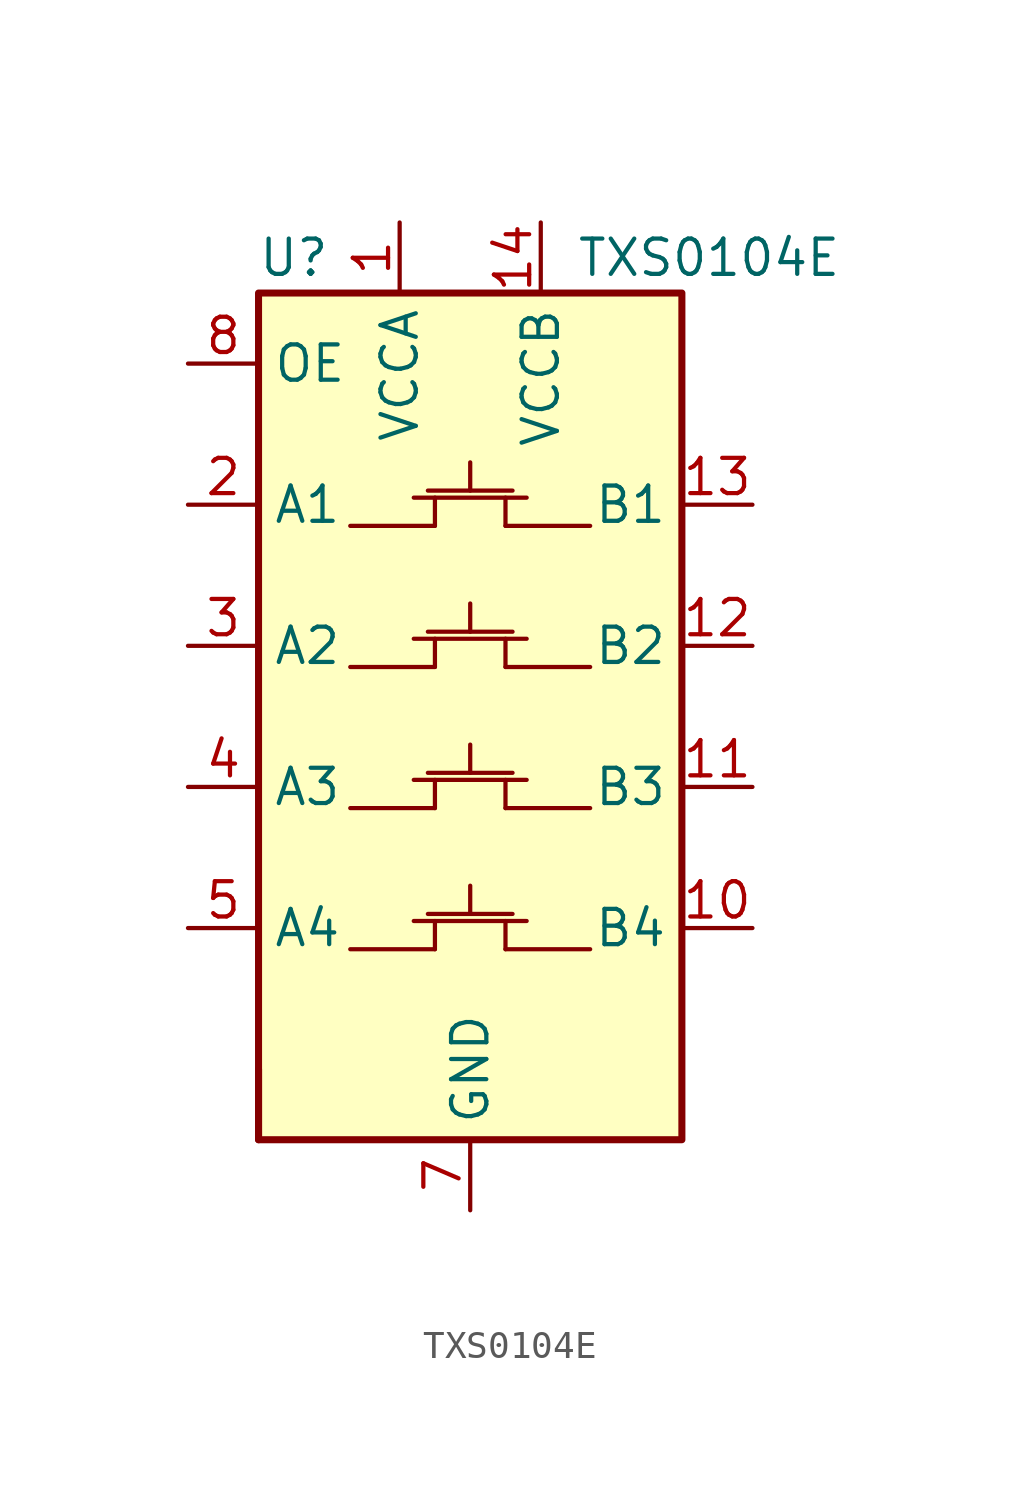
<source format=kicad_sym>
(kicad_symbol_lib
  (version 20211014)
  (generator kicad_symbol_editor)
  (symbol "TXS0104E"
    (property "Reference" "U"
      (at -6.35 16.51 0)
      (effects (font (size 1.27 1.27))))
    (property "Value" "TXS0104E"
      (at 3.81 16.51 0)
      (effects (font (size 1.27 1.27)) (justify left)))
    (symbol "TXS0104E_0_1"
      (rectangle (start -7.62 -15.24) (end -7.62 -12.7) (stroke (width 0.254) (type default) (color 0 0 0 0)) (fill (type none)))
      (rectangle (start -7.62 15.24) (end 7.62 -15.24) (stroke (width 0.254) (type default) (color 0 0 0 0)) (fill (type background))))
    (symbol "TXS0104E_1_1"
      (polyline (pts (xy -4.318 -8.382) (xy -1.27 -8.382)) (stroke (width 0) (type default) (color 0 0 0 0)) (fill (type none)))
      (polyline (pts (xy -4.318 -3.302) (xy -1.27 -3.302)) (stroke (width 0) (type default) (color 0 0 0 0)) (fill (type none)))
      (polyline (pts (xy -4.318 1.778) (xy -1.27 1.778)) (stroke (width 0) (type default) (color 0 0 0 0)) (fill (type none)))
      (polyline (pts (xy -4.318 6.858) (xy -1.27 6.858)) (stroke (width 0) (type default) (color 0 0 0 0)) (fill (type none)))
      (polyline (pts (xy -2.032 -7.366) (xy 2.032 -7.366)) (stroke (width 0) (type default) (color 0 0 0 0)) (fill (type none)))
      (polyline (pts (xy -2.032 -2.286) (xy 2.032 -2.286)) (stroke (width 0) (type default) (color 0 0 0 0)) (fill (type none)))
      (polyline (pts (xy -2.032 2.794) (xy 2.032 2.794)) (stroke (width 0) (type default) (color 0 0 0 0)) (fill (type none)))
      (polyline (pts (xy -2.032 7.874) (xy 2.032 7.874)) (stroke (width 0) (type default) (color 0 0 0 0)) (fill (type none)))
      (polyline (pts (xy -1.524 -7.112) (xy 1.524 -7.112)) (stroke (width 0) (type default) (color 0 0 0 0)) (fill (type none)))
      (polyline (pts (xy -1.524 -2.032) (xy 1.524 -2.032)) (stroke (width 0) (type default) (color 0 0 0 0)) (fill (type none)))
      (polyline (pts (xy -1.524 3.048) (xy 1.524 3.048)) (stroke (width 0) (type default) (color 0 0 0 0)) (fill (type none)))
      (polyline (pts (xy -1.524 8.128) (xy 1.524 8.128)) (stroke (width 0) (type default) (color 0 0 0 0)) (fill (type none)))
      (polyline (pts (xy -1.27 -8.382) (xy -1.27 -7.366)) (stroke (width 0) (type default) (color 0 0 0 0)) (fill (type none)))
      (polyline (pts (xy -1.27 -3.302) (xy -1.27 -2.286)) (stroke (width 0) (type default) (color 0 0 0 0)) (fill (type none)))
      (polyline (pts (xy -1.27 1.778) (xy -1.27 2.794)) (stroke (width 0) (type default) (color 0 0 0 0)) (fill (type none)))
      (polyline (pts (xy -1.27 6.858) (xy -1.27 7.874)) (stroke (width 0) (type default) (color 0 0 0 0)) (fill (type none)))
      (polyline (pts (xy 0 -7.112) (xy 0 -6.096)) (stroke (width 0) (type default) (color 0 0 0 0)) (fill (type none)))
      (polyline (pts (xy 0 -2.032) (xy 0 -1.016)) (stroke (width 0) (type default) (color 0 0 0 0)) (fill (type none)))
      (polyline (pts (xy 0 3.048) (xy 0 4.064)) (stroke (width 0) (type default) (color 0 0 0 0)) (fill (type none)))
      (polyline (pts (xy 0 8.128) (xy 0 9.144)) (stroke (width 0) (type default) (color 0 0 0 0)) (fill (type none)))
      (polyline (pts (xy 1.27 -8.382) (xy 1.27 -7.366)) (stroke (width 0) (type default) (color 0 0 0 0)) (fill (type none)))
      (polyline (pts (xy 1.27 -3.302) (xy 1.27 -2.286)) (stroke (width 0) (type default) (color 0 0 0 0)) (fill (type none)))
      (polyline (pts (xy 1.27 1.778) (xy 1.27 2.794)) (stroke (width 0) (type default) (color 0 0 0 0)) (fill (type none)))
      (polyline (pts (xy 1.27 6.858) (xy 1.27 7.874)) (stroke (width 0) (type default) (color 0 0 0 0)) (fill (type none)))
      (polyline (pts (xy 4.318 -8.382) (xy 1.27 -8.382)) (stroke (width 0) (type default) (color 0 0 0 0)) (fill (type none)))
      (polyline (pts (xy 4.318 -3.302) (xy 1.27 -3.302)) (stroke (width 0) (type default) (color 0 0 0 0)) (fill (type none)))
      (polyline (pts (xy 4.318 1.778) (xy 1.27 1.778)) (stroke (width 0) (type default) (color 0 0 0 0)) (fill (type none)))
      (polyline (pts (xy 4.318 6.858) (xy 1.27 6.858)) (stroke (width 0) (type default) (color 0 0 0 0)) (fill (type none)))
      (pin power_in line (at -2.54 17.78 270) (length 2.54) (name "VCCA" (effects (font (size 1.27 1.27)))) (number "1" (effects (font (size 1.27 1.27)))))
      (pin bidirectional line (at 10.16 -7.62 180) (length 2.54) (name "B4" (effects (font (size 1.27 1.27)))) (number "10" (effects (font (size 1.27 1.27)))))
      (pin bidirectional line (at 10.16 -2.54 180) (length 2.54) (name "B3" (effects (font (size 1.27 1.27)))) (number "11" (effects (font (size 1.27 1.27)))))
      (pin bidirectional line (at 10.16 2.54 180) (length 2.54) (name "B2" (effects (font (size 1.27 1.27)))) (number "12" (effects (font (size 1.27 1.27)))))
      (pin bidirectional line (at 10.16 7.62 180) (length 2.54) (name "B1" (effects (font (size 1.27 1.27)))) (number "13" (effects (font (size 1.27 1.27)))))
      (pin power_in line (at 2.54 17.78 270) (length 2.54) (name "VCCB" (effects (font (size 1.27 1.27)))) (number "14" (effects (font (size 1.27 1.27)))))
      (pin bidirectional line (at -10.16 7.62 0) (length 2.54) (name "A1" (effects (font (size 1.27 1.27)))) (number "2" (effects (font (size 1.27 1.27)))))
      (pin bidirectional line (at -10.16 2.54 0) (length 2.54) (name "A2" (effects (font (size 1.27 1.27)))) (number "3" (effects (font (size 1.27 1.27)))))
      (pin bidirectional line (at -10.16 -2.54 0) (length 2.54) (name "A3" (effects (font (size 1.27 1.27)))) (number "4" (effects (font (size 1.27 1.27)))))
      (pin bidirectional line (at -10.16 -7.62 0) (length 2.54) (name "A4" (effects (font (size 1.27 1.27)))) (number "5" (effects (font (size 1.27 1.27)))))
      (pin no_connect line (at -10.16 -12.7 0) (length 2.54) hide (name "NC" (effects (font (size 1.27 1.27)))) (number "6" (effects (font (size 1.27 1.27)))))
      (pin power_in line (at 0 -17.78 90) (length 2.54) (name "GND" (effects (font (size 1.27 1.27)))) (number "7" (effects (font (size 1.27 1.27)))))
      (pin input line (at -10.16 12.7 0) (length 2.54) (name "OE" (effects (font (size 1.27 1.27)))) (number "8" (effects (font (size 1.27 1.27)))))
      (pin no_connect line (at 10.16 -12.7 180) (length 2.54) hide (name "NC" (effects (font (size 1.27 1.27)))) (number "9" (effects (font (size 1.27 1.27))))))))
</source>
